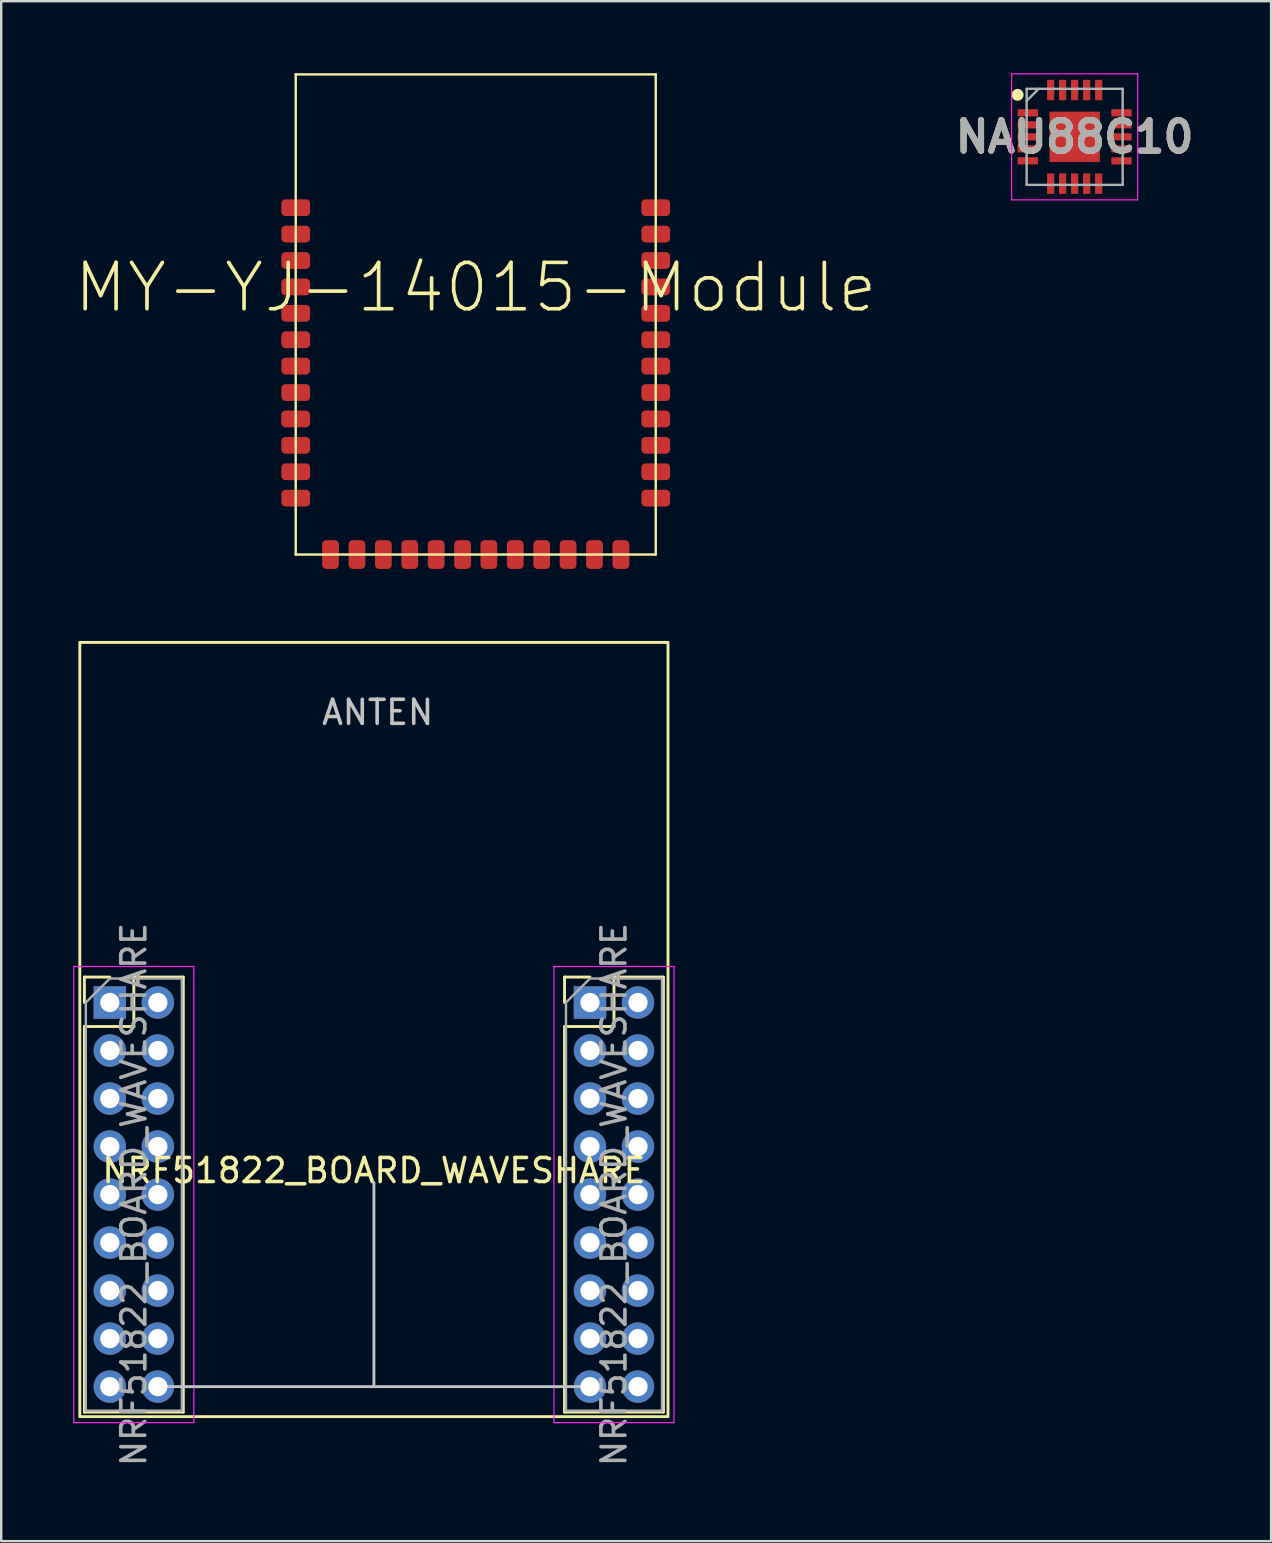
<source format=kicad_pcb>
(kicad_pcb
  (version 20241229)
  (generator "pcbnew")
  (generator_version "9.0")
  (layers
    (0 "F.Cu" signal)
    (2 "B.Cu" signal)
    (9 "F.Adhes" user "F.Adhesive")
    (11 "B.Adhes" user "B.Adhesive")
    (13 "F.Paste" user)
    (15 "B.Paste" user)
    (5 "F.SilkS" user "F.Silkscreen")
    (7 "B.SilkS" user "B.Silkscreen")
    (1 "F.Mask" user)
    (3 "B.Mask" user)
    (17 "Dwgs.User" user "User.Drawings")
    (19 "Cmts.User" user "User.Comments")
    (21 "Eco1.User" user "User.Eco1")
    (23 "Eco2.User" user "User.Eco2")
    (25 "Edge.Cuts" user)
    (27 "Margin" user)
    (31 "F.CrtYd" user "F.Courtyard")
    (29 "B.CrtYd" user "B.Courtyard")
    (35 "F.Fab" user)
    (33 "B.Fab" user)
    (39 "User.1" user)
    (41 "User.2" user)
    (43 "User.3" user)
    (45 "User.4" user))
  (footprint "NAU88C10"
    (layer "F.Cu")
    (at 41.714 2.65)
    (property "Reference" "NAU88C10" (at 0 0 0) (layer "F.SilkS") (effects (font (size 1.27 1.27) (thickness 0.254))))
    (attr smd)
    (fp_circle (center -2.375 -1.75) (end -2.375 -1.625) (stroke (width 0.25) (type solid)) (fill no) (layer "F.SilkS"))
    (fp_line (start -2.625 -2.625) (end 2.625 -2.625) (stroke (width 0.05) (type solid)) (layer "F.CrtYd"))
    (fp_line (start -2.625 2.625) (end -2.625 -2.625) (stroke (width 0.05) (type solid)) (layer "F.CrtYd"))
    (fp_line (start 2.625 -2.625) (end 2.625 2.625) (stroke (width 0.05) (type solid)) (layer "F.CrtYd"))
    (fp_line (start 2.625 2.625) (end -2.625 2.625) (stroke (width 0.05) (type solid)) (layer "F.CrtYd"))
    (fp_line (start -2 -2) (end 2 -2) (stroke (width 0.1) (type solid)) (layer "F.Fab"))
    (fp_line (start -2 -1.5) (end -1.5 -2) (stroke (width 0.1) (type solid)) (layer "F.Fab"))
    (fp_line (start -2 2) (end -2 -2) (stroke (width 0.1) (type solid)) (layer "F.Fab"))
    (fp_line (start 2 -2) (end 2 2) (stroke (width 0.1) (type solid)) (layer "F.Fab"))
    (fp_line (start 2 2) (end -2 2) (stroke (width 0.1) (type solid)) (layer "F.Fab"))
    (fp_text user "${REFERENCE}" (at 0 0 0) (layer "F.Fab") (effects (font (size 1.27 1.27) (thickness 0.254))))
    (pad "1" smd rect (at -1.95 -1 90) (size 0.3 0.85) (layers "F.Cu" "F.Mask" "F.Paste"))
    (pad "2" smd rect (at -1.95 -0.5 90) (size 0.3 0.85) (layers "F.Cu" "F.Mask" "F.Paste"))
    (pad "3" smd rect (at -1.95 0 90) (size 0.3 0.85) (layers "F.Cu" "F.Mask" "F.Paste"))
    (pad "4" smd rect (at -1.95 0.5 90) (size 0.3 0.85) (layers "F.Cu" "F.Mask" "F.Paste"))
    (pad "5" smd rect (at -1.95 1 90) (size 0.3 0.85) (layers "F.Cu" "F.Mask" "F.Paste"))
    (pad "6" smd rect (at -1 1.95) (size 0.3 0.85) (layers "F.Cu" "F.Mask" "F.Paste"))
    (pad "7" smd rect (at -0.5 1.95) (size 0.3 0.85) (layers "F.Cu" "F.Mask" "F.Paste"))
    (pad "8" smd rect (at 0 1.95) (size 0.3 0.85) (layers "F.Cu" "F.Mask" "F.Paste"))
    (pad "9" smd rect (at 0.5 1.95) (size 0.3 0.85) (layers "F.Cu" "F.Mask" "F.Paste"))
    (pad "10" smd rect (at 1 1.95) (size 0.3 0.85) (layers "F.Cu" "F.Mask" "F.Paste"))
    (pad "11" smd rect (at 1.95 1 90) (size 0.3 0.85) (layers "F.Cu" "F.Mask" "F.Paste"))
    (pad "12" smd rect (at 1.95 0.5 90) (size 0.3 0.85) (layers "F.Cu" "F.Mask" "F.Paste"))
    (pad "13" smd rect (at 1.95 0 90) (size 0.3 0.85) (layers "F.Cu" "F.Mask" "F.Paste"))
    (pad "14" smd rect (at 1.95 -0.5 90) (size 0.3 0.85) (layers "F.Cu" "F.Mask" "F.Paste"))
    (pad "15" smd rect (at 1.95 -1 90) (size 0.3 0.85) (layers "F.Cu" "F.Mask" "F.Paste"))
    (pad "16" smd rect (at 1 -1.95) (size 0.3 0.85) (layers "F.Cu" "F.Mask" "F.Paste"))
    (pad "17" smd rect (at 0.5 -1.95) (size 0.3 0.85) (layers "F.Cu" "F.Mask" "F.Paste"))
    (pad "18" smd rect (at 0 -1.95) (size 0.3 0.85) (layers "F.Cu" "F.Mask" "F.Paste"))
    (pad "19" smd rect (at -0.5 -1.95) (size 0.3 0.85) (layers "F.Cu" "F.Mask" "F.Paste"))
    (pad "20" smd rect (at -1 -1.95) (size 0.3 0.85) (layers "F.Cu" "F.Mask" "F.Paste"))
    (pad "21" smd rect (at 0 0) (size 2.1 2.1) (layers "F.Cu" "F.Mask" "F.Paste")))
  (footprint "MY-YJ-14015-Module"
    (layer "F.Cu")
    (at 16.766 20.05)
    (property "Reference" "MY-YJ-14015-Module" (at 0 -11.125 0) (layer "F.SilkS") (effects (font (size 1.93 1.93) (thickness 0.152))))
    (attr smd)
    (fp_line (start -7.498 -20) (end -7.498 0) (stroke (width 0.1) (type solid)) (layer "F.SilkS"))
    (fp_line (start -7.498 0) (end 7.498 0) (stroke (width 0.1) (type solid)) (layer "F.SilkS"))
    (fp_line (start 7.498 -20) (end -7.498 -20) (stroke (width 0.1) (type solid)) (layer "F.SilkS"))
    (fp_line (start 7.498 0) (end 7.498 -20) (stroke (width 0.1) (type solid)) (layer "F.SilkS"))
    (pad "1" smd roundrect (at -7.498 -14.448 90) (size 0.699 1.199) (layers "F.Cu" "F.Mask" "F.Paste") (roundrect_rratio 0.25))
    (pad "2" smd roundrect (at -7.498 -13.348 90) (size 0.699 1.199) (layers "F.Cu" "F.Mask" "F.Paste") (roundrect_rratio 0.25))
    (pad "3" smd roundrect (at -7.498 -12.248 90) (size 0.699 1.199) (layers "F.Cu" "F.Mask" "F.Paste") (roundrect_rratio 0.25))
    (pad "4" smd roundrect (at -7.498 -11.148 90) (size 0.699 1.199) (layers "F.Cu" "F.Mask" "F.Paste") (roundrect_rratio 0.25))
    (pad "5" smd roundrect (at -7.498 -10.048 90) (size 0.699 1.199) (layers "F.Cu" "F.Mask" "F.Paste") (roundrect_rratio 0.25))
    (pad "6" smd roundrect (at -7.498 -8.948 90) (size 0.699 1.199) (layers "F.Cu" "F.Mask" "F.Paste") (roundrect_rratio 0.25))
    (pad "7" smd roundrect (at -7.498 -7.849 90) (size 0.699 1.199) (layers "F.Cu" "F.Mask" "F.Paste") (roundrect_rratio 0.25))
    (pad "8" smd roundrect (at -7.498 -6.749 90) (size 0.699 1.199) (layers "F.Cu" "F.Mask" "F.Paste") (roundrect_rratio 0.25))
    (pad "9" smd roundrect (at -7.498 -5.649 90) (size 0.699 1.199) (layers "F.Cu" "F.Mask" "F.Paste") (roundrect_rratio 0.25))
    (pad "10" smd roundrect (at -7.498 -4.549 90) (size 0.699 1.199) (layers "F.Cu" "F.Mask" "F.Paste") (roundrect_rratio 0.25))
    (pad "11" smd roundrect (at -7.498 -3.449 90) (size 0.699 1.199) (layers "F.Cu" "F.Mask" "F.Paste") (roundrect_rratio 0.25))
    (pad "12" smd roundrect (at -7.498 -2.349 90) (size 0.699 1.199) (layers "F.Cu" "F.Mask" "F.Paste") (roundrect_rratio 0.25))
    (pad "13" smd roundrect (at -6.048 0 90) (size 1.199 0.699) (layers "F.Cu" "F.Mask" "F.Paste") (roundrect_rratio 0.25))
    (pad "14" smd roundrect (at -4.948 0 90) (size 1.199 0.699) (layers "F.Cu" "F.Mask" "F.Paste") (roundrect_rratio 0.25))
    (pad "15" smd roundrect (at -3.848 0 90) (size 1.199 0.699) (layers "F.Cu" "F.Mask" "F.Paste") (roundrect_rratio 0.25))
    (pad "16" smd roundrect (at -2.748 0 90) (size 1.199 0.699) (layers "F.Cu" "F.Mask" "F.Paste") (roundrect_rratio 0.25))
    (pad "17" smd roundrect (at -1.648 0 90) (size 1.199 0.699) (layers "F.Cu" "F.Mask" "F.Paste") (roundrect_rratio 0.25))
    (pad "18" smd roundrect (at -0.549 0 90) (size 1.199 0.699) (layers "F.Cu" "F.Mask" "F.Paste") (roundrect_rratio 0.25))
    (pad "19" smd roundrect (at 0.549 0 90) (size 1.199 0.699) (layers "F.Cu" "F.Mask" "F.Paste") (roundrect_rratio 0.25))
    (pad "20" smd roundrect (at 1.648 0 90) (size 1.199 0.699) (layers "F.Cu" "F.Mask" "F.Paste") (roundrect_rratio 0.25))
    (pad "21" smd roundrect (at 2.748 0 90) (size 1.199 0.699) (layers "F.Cu" "F.Mask" "F.Paste") (roundrect_rratio 0.25))
    (pad "22" smd roundrect (at 3.848 0 90) (size 1.199 0.699) (layers "F.Cu" "F.Mask" "F.Paste") (roundrect_rratio 0.25))
    (pad "23" smd roundrect (at 4.948 0 90) (size 1.199 0.699) (layers "F.Cu" "F.Mask" "F.Paste") (roundrect_rratio 0.25))
    (pad "24" smd roundrect (at 6.048 0 90) (size 1.199 0.699) (layers "F.Cu" "F.Mask" "F.Paste") (roundrect_rratio 0.25))
    (pad "25" smd roundrect (at 7.498 -2.349 90) (size 0.699 1.199) (layers "F.Cu" "F.Mask" "F.Paste") (roundrect_rratio 0.25))
    (pad "26" smd roundrect (at 7.498 -3.449 90) (size 0.699 1.199) (layers "F.Cu" "F.Mask" "F.Paste") (roundrect_rratio 0.25))
    (pad "27" smd roundrect (at 7.498 -4.549 90) (size 0.699 1.199) (layers "F.Cu" "F.Mask" "F.Paste") (roundrect_rratio 0.25))
    (pad "28" smd roundrect (at 7.498 -5.649 90) (size 0.699 1.199) (layers "F.Cu" "F.Mask" "F.Paste") (roundrect_rratio 0.25))
    (pad "29" smd roundrect (at 7.498 -6.749 90) (size 0.699 1.199) (layers "F.Cu" "F.Mask" "F.Paste") (roundrect_rratio 0.25))
    (pad "30" smd roundrect (at 7.498 -7.849 90) (size 0.699 1.199) (layers "F.Cu" "F.Mask" "F.Paste") (roundrect_rratio 0.25))
    (pad "31" smd roundrect (at 7.498 -8.948 90) (size 0.699 1.199) (layers "F.Cu" "F.Mask" "F.Paste") (roundrect_rratio 0.25))
    (pad "32" smd roundrect (at 7.498 -10.048 90) (size 0.699 1.199) (layers "F.Cu" "F.Mask" "F.Paste") (roundrect_rratio 0.25))
    (pad "33" smd roundrect (at 7.498 -11.148 90) (size 0.699 1.199) (layers "F.Cu" "F.Mask" "F.Paste") (roundrect_rratio 0.25))
    (pad "34" smd roundrect (at 7.498 -12.248 90) (size 0.699 1.199) (layers "F.Cu" "F.Mask" "F.Paste") (roundrect_rratio 0.25))
    (pad "35" smd roundrect (at 7.498 -13.348 90) (size 0.699 1.199) (layers "F.Cu" "F.Mask" "F.Paste") (roundrect_rratio 0.25))
    (pad "36" smd roundrect (at 7.498 -14.448 90) (size 0.699 1.199) (layers "F.Cu" "F.Mask" "F.Paste") (roundrect_rratio 0.25)))
  (footprint "NRF51822_BOARD_WAVESHARE"
    (layer "F.Cu")
    (at 12.525 54.709)
    (property "Reference" "NRF51822_BOARD_WAVESHARE" (at 0 -9 0) (unlocked yes) (layer "F.SilkS") (effects (font (size 1 1) (thickness 0.15))))
    (attr through_hole)
    (fp_line (start -12.06 -17.06) (end -11 -17.06) (stroke (width 0.12) (type solid)) (layer "F.SilkS"))
    (fp_line (start -12.06 -16) (end -12.06 -17.06) (stroke (width 0.12) (type solid)) (layer "F.SilkS"))
    (fp_line (start -12.06 -15) (end -12.06 1.06) (stroke (width 0.12) (type solid)) (layer "F.SilkS"))
    (fp_line (start -12.06 -15) (end -10 -15) (stroke (width 0.12) (type solid)) (layer "F.SilkS"))
    (fp_line (start -12.06 1.06) (end -7.94 1.06) (stroke (width 0.12) (type solid)) (layer "F.SilkS"))
    (fp_line (start -10 -17.06) (end -7.94 -17.06) (stroke (width 0.12) (type solid)) (layer "F.SilkS"))
    (fp_line (start -10 -15) (end -10 -17.06) (stroke (width 0.12) (type solid)) (layer "F.SilkS"))
    (fp_line (start -7.94 -17.06) (end -7.94 1.06) (stroke (width 0.12) (type solid)) (layer "F.SilkS"))
    (fp_line (start 7.94 -17.06) (end 9 -17.06) (stroke (width 0.12) (type solid)) (layer "F.SilkS"))
    (fp_line (start 7.94 -16) (end 7.94 -17.06) (stroke (width 0.12) (type solid)) (layer "F.SilkS"))
    (fp_line (start 7.94 -15) (end 7.94 1.06) (stroke (width 0.12) (type solid)) (layer "F.SilkS"))
    (fp_line (start 7.94 -15) (end 10 -15) (stroke (width 0.12) (type solid)) (layer "F.SilkS"))
    (fp_line (start 7.94 1.06) (end 12.06 1.06) (stroke (width 0.12) (type solid)) (layer "F.SilkS"))
    (fp_line (start 10 -17.06) (end 12.06 -17.06) (stroke (width 0.12) (type solid)) (layer "F.SilkS"))
    (fp_line (start 10 -15) (end 10 -17.06) (stroke (width 0.12) (type solid)) (layer "F.SilkS"))
    (fp_line (start 12.06 -17.06) (end 12.06 1.06) (stroke (width 0.12) (type solid)) (layer "F.SilkS"))
    (fp_rect (start -12.25 -31) (end 12.25 1.25) (stroke (width 0.12) (type default)) (fill no) (layer "F.SilkS"))
    (fp_line (start -9 0) (end 0 0) (stroke (width 0.12) (type default)) (layer "Dwgs.User"))
    (fp_line (start 0 -8.5) (end 0 0) (stroke (width 0.12) (type default)) (layer "Dwgs.User"))
    (fp_line (start 0 0) (end 9 0) (stroke (width 0.12) (type default)) (layer "Dwgs.User"))
    (fp_line (start -12.5 -17.5) (end -12.5 1.5) (stroke (width 0.05) (type solid)) (layer "F.CrtYd"))
    (fp_line (start -12.5 1.5) (end -7.5 1.5) (stroke (width 0.05) (type solid)) (layer "F.CrtYd"))
    (fp_line (start -7.5 -17.5) (end -12.5 -17.5) (stroke (width 0.05) (type solid)) (layer "F.CrtYd"))
    (fp_line (start -7.5 1.5) (end -7.5 -17.5) (stroke (width 0.05) (type solid)) (layer "F.CrtYd"))
    (fp_line (start 7.5 -17.5) (end 7.5 1.5) (stroke (width 0.05) (type solid)) (layer "F.CrtYd"))
    (fp_line (start 7.5 1.5) (end 12.5 1.5) (stroke (width 0.05) (type solid)) (layer "F.CrtYd"))
    (fp_line (start 12.5 -17.5) (end 7.5 -17.5) (stroke (width 0.05) (type solid)) (layer "F.CrtYd"))
    (fp_line (start 12.5 1.5) (end 12.5 -17.5) (stroke (width 0.05) (type solid)) (layer "F.CrtYd"))
    (fp_line (start -12 -16) (end -11 -17) (stroke (width 0.1) (type solid)) (layer "F.Fab"))
    (fp_line (start -12 1) (end -12 -16) (stroke (width 0.1) (type solid)) (layer "F.Fab"))
    (fp_line (start -11 -17) (end -8 -17) (stroke (width 0.1) (type solid)) (layer "F.Fab"))
    (fp_line (start -8 -17) (end -8 1) (stroke (width 0.1) (type solid)) (layer "F.Fab"))
    (fp_line (start -8 1) (end -12 1) (stroke (width 0.1) (type solid)) (layer "F.Fab"))
    (fp_line (start 8 -16) (end 9 -17) (stroke (width 0.1) (type solid)) (layer "F.Fab"))
    (fp_line (start 8 1) (end 8 -16) (stroke (width 0.1) (type solid)) (layer "F.Fab"))
    (fp_line (start 9 -17) (end 12 -17) (stroke (width 0.1) (type solid)) (layer "F.Fab"))
    (fp_line (start 12 -17) (end 12 1) (stroke (width 0.1) (type solid)) (layer "F.Fab"))
    (fp_line (start 12 1) (end 8 1) (stroke (width 0.1) (type solid)) (layer "F.Fab"))
    (fp_text user "ANTEN" (at -2.25 -27.5 0) (unlocked yes) (layer "Dwgs.User") (effects (font (size 1 1) (thickness 0.15)) (justify left bottom)))
    (fp_text user "${REFERENCE}" (at -10 -8 90) (layer "F.Fab") (effects (font (size 1 1) (thickness 0.15))))
    (fp_text user "${REFERENCE}" (at 10 -8 90) (layer "F.Fab") (effects (font (size 1 1) (thickness 0.15))))
    (pad "1" thru_hole rect (at -11 -16) (size 1.35 1.35) (drill 0.8) (layers "*.Cu" "*.Mask"))
    (pad "2" thru_hole oval (at -9 -16) (size 1.35 1.35) (drill 0.8) (layers "*.Cu" "*.Mask"))
    (pad "3" thru_hole oval (at -11 -14) (size 1.35 1.35) (drill 0.8) (layers "*.Cu" "*.Mask"))
    (pad "4" thru_hole oval (at -9 -14) (size 1.35 1.35) (drill 0.8) (layers "*.Cu" "*.Mask"))
    (pad "5" thru_hole oval (at -11 -12) (size 1.35 1.35) (drill 0.8) (layers "*.Cu" "*.Mask"))
    (pad "6" thru_hole oval (at -9 -12) (size 1.35 1.35) (drill 0.8) (layers "*.Cu" "*.Mask"))
    (pad "7" thru_hole oval (at -11 -10) (size 1.35 1.35) (drill 0.8) (layers "*.Cu" "*.Mask"))
    (pad "8" thru_hole oval (at -9 -10) (size 1.35 1.35) (drill 0.8) (layers "*.Cu" "*.Mask"))
    (pad "9" thru_hole oval (at -11 -8) (size 1.35 1.35) (drill 0.8) (layers "*.Cu" "*.Mask"))
    (pad "10" thru_hole oval (at -9 -8) (size 1.35 1.35) (drill 0.8) (layers "*.Cu" "*.Mask"))
    (pad "11" thru_hole oval (at -11 -6) (size 1.35 1.35) (drill 0.8) (layers "*.Cu" "*.Mask"))
    (pad "12" thru_hole oval (at -9 -6) (size 1.35 1.35) (drill 0.8) (layers "*.Cu" "*.Mask"))
    (pad "13" thru_hole oval (at -11 -4) (size 1.35 1.35) (drill 0.8) (layers "*.Cu" "*.Mask"))
    (pad "14" thru_hole oval (at -9 -4) (size 1.35 1.35) (drill 0.8) (layers "*.Cu" "*.Mask"))
    (pad "15" thru_hole oval (at -11 -2) (size 1.35 1.35) (drill 0.8) (layers "*.Cu" "*.Mask"))
    (pad "16" thru_hole oval (at -9 -2) (size 1.35 1.35) (drill 0.8) (layers "*.Cu" "*.Mask"))
    (pad "17" thru_hole oval (at -11 0) (size 1.35 1.35) (drill 0.8) (layers "*.Cu" "*.Mask"))
    (pad "18" thru_hole oval (at -9 0) (size 1.35 1.35) (drill 0.8) (layers "*.Cu" "*.Mask"))
    (pad "19" thru_hole oval (at 9 0) (size 1.35 1.35) (drill 0.8) (layers "*.Cu" "*.Mask"))
    (pad "20" thru_hole oval (at 11 0) (size 1.35 1.35) (drill 0.8) (layers "*.Cu" "*.Mask"))
    (pad "21" thru_hole oval (at 9 -2) (size 1.35 1.35) (drill 0.8) (layers "*.Cu" "*.Mask"))
    (pad "22" thru_hole oval (at 11 -2) (size 1.35 1.35) (drill 0.8) (layers "*.Cu" "*.Mask"))
    (pad "23" thru_hole oval (at 9 -4) (size 1.35 1.35) (drill 0.8) (layers "*.Cu" "*.Mask"))
    (pad "24" thru_hole oval (at 11 -4) (size 1.35 1.35) (drill 0.8) (layers "*.Cu" "*.Mask"))
    (pad "25" thru_hole oval (at 9 -6) (size 1.35 1.35) (drill 0.8) (layers "*.Cu" "*.Mask"))
    (pad "26" thru_hole oval (at 11 -6) (size 1.35 1.35) (drill 0.8) (layers "*.Cu" "*.Mask"))
    (pad "27" thru_hole oval (at 9 -8) (size 1.35 1.35) (drill 0.8) (layers "*.Cu" "*.Mask"))
    (pad "28" thru_hole oval (at 11 -8) (size 1.35 1.35) (drill 0.8) (layers "*.Cu" "*.Mask"))
    (pad "29" thru_hole oval (at 9 -10) (size 1.35 1.35) (drill 0.8) (layers "*.Cu" "*.Mask"))
    (pad "30" thru_hole oval (at 11 -10) (size 1.35 1.35) (drill 0.8) (layers "*.Cu" "*.Mask"))
    (pad "31" thru_hole oval (at 9 -12) (size 1.35 1.35) (drill 0.8) (layers "*.Cu" "*.Mask"))
    (pad "32" thru_hole oval (at 11 -12) (size 1.35 1.35) (drill 0.8) (layers "*.Cu" "*.Mask"))
    (pad "33" thru_hole oval (at 9 -14) (size 1.35 1.35) (drill 0.8) (layers "*.Cu" "*.Mask"))
    (pad "34" thru_hole oval (at 11 -14) (size 1.35 1.35) (drill 0.8) (layers "*.Cu" "*.Mask"))
    (pad "35" thru_hole rect (at 9 -16) (size 1.35 1.35) (drill 0.8) (layers "*.Cu" "*.Mask"))
    (pad "36" thru_hole oval (at 11 -16) (size 1.35 1.35) (drill 0.8) (layers "*.Cu" "*.Mask")))
  (gr_rect
    (start -3 -3)
    (end 49.897 61.144)
    (stroke (width 0.1) (type default))
    (fill no)
    (layer "Edge.Cuts")))
</source>
